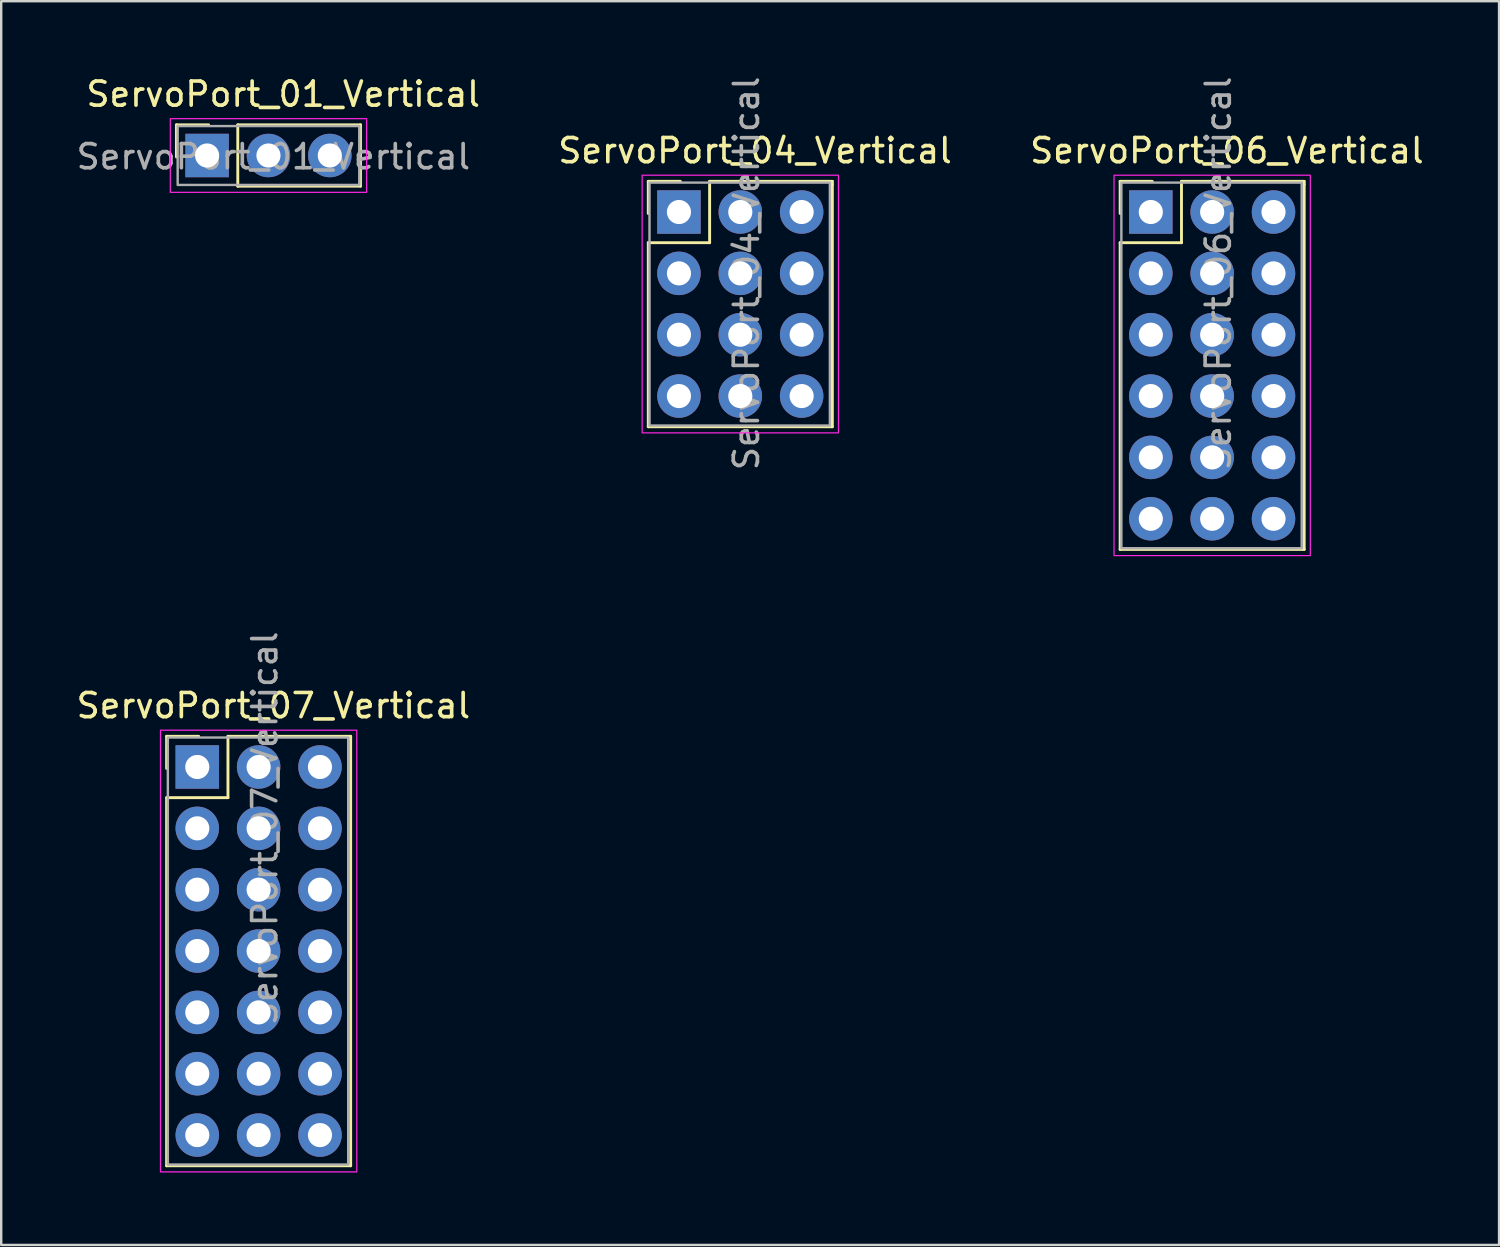
<source format=kicad_pcb>
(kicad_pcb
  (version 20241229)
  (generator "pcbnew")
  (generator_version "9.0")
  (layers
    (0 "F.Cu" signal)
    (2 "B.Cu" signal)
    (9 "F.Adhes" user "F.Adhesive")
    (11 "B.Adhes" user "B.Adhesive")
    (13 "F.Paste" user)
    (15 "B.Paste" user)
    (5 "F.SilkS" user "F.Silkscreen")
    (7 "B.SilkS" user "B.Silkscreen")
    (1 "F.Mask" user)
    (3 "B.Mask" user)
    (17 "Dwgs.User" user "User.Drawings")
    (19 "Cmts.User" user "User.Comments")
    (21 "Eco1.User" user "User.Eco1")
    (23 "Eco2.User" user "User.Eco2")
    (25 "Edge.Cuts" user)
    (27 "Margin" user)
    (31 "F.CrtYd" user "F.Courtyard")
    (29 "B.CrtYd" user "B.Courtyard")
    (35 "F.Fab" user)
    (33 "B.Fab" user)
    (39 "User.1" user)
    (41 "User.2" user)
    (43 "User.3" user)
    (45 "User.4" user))
  (footprint "ServoPort_07_Vertical"
    (layer "F.Cu")
    (at 5.118 28.705)
    (property "Reference" "ServoPort_07_Vertical" (at 3.15 -2.54 0) (unlocked yes) (layer "F.SilkS") (effects (font (size 1 1) (thickness 0.15))))
    (attr through_hole)
    (fp_line (start -1.27 -1.27) (end 0.06 -1.27) (stroke (width 0.12) (type solid)) (layer "F.SilkS"))
    (fp_line (start -1.27 0.06) (end -1.27 -1.27) (stroke (width 0.12) (type solid)) (layer "F.SilkS"))
    (fp_line (start -1.27 1.27) (end -1.27 16.51) (stroke (width 0.12) (type solid)) (layer "F.SilkS"))
    (fp_line (start -1.27 16.51) (end 6.35 16.51) (stroke (width 0.12) (type solid)) (layer "F.SilkS"))
    (fp_line (start 1.27 -1.27) (end 1.27 1.27) (stroke (width 0.12) (type solid)) (layer "F.SilkS"))
    (fp_line (start 1.27 1.27) (end -1.27 1.27) (stroke (width 0.12) (type solid)) (layer "F.SilkS"))
    (fp_line (start 6.35 -1.27) (end 1.27 -1.27) (stroke (width 0.12) (type solid)) (layer "F.SilkS"))
    (fp_line (start 6.35 -1.143) (end 6.35 -1.27) (stroke (width 0.12) (type solid)) (layer "F.SilkS"))
    (fp_line (start 6.35 16.51) (end 6.35 -1.143) (stroke (width 0.12) (type solid)) (layer "F.SilkS"))
    (fp_rect (start -1.524 -1.524) (end 6.604 16.764) (stroke (width 0.05) (type solid)) (fill no) (layer "F.CrtYd"))
    (fp_rect (start -1.219 -1.219) (end 6.248 16.459) (stroke (width 0.1) (type solid)) (fill no) (layer "F.Fab"))
    (fp_text user "${REFERENCE}" (at 2.794 2.54 90) (unlocked yes) (layer "F.Fab") (effects (font (size 1 1) (thickness 0.15))))
    (pad "1" thru_hole rect (at 0 0) (size 1.8 1.8) (drill 1) (layers "*.Cu" "*.Mask"))
    (pad "2" thru_hole circle (at 0 2.54) (size 1.8 1.8) (drill 1) (layers "*.Cu" "*.Mask"))
    (pad "3" thru_hole circle (at 0 5.08) (size 1.8 1.8) (drill 1) (layers "*.Cu" "*.Mask"))
    (pad "4" thru_hole circle (at 0 7.62) (size 1.8 1.8) (drill 1) (layers "*.Cu" "*.Mask"))
    (pad "5" thru_hole circle (at 0 10.16) (size 1.8 1.8) (drill 1) (layers "*.Cu" "*.Mask"))
    (pad "6" thru_hole circle (at 0 12.7) (size 1.8 1.8) (drill 1) (layers "*.Cu" "*.Mask"))
    (pad "7" thru_hole circle (at 0 15.24) (size 1.8 1.8) (drill 1) (layers "*.Cu" "*.Mask"))
    (pad "GND" thru_hole circle (at 5.08 0) (size 1.8 1.8) (drill 1) (layers "*.Cu" "*.Mask"))
    (pad "GND" thru_hole circle (at 5.08 2.54) (size 1.8 1.8) (drill 1) (layers "*.Cu" "*.Mask"))
    (pad "GND" thru_hole circle (at 5.08 5.08) (size 1.8 1.8) (drill 1) (layers "*.Cu" "*.Mask"))
    (pad "GND" thru_hole circle (at 5.08 7.62) (size 1.8 1.8) (drill 1) (layers "*.Cu" "*.Mask"))
    (pad "GND" thru_hole circle (at 5.08 10.16) (size 1.8 1.8) (drill 1) (layers "*.Cu" "*.Mask"))
    (pad "GND" thru_hole circle (at 5.08 12.7) (size 1.8 1.8) (drill 1) (layers "*.Cu" "*.Mask"))
    (pad "GND" thru_hole circle (at 5.08 15.24) (size 1.8 1.8) (drill 1) (layers "*.Cu" "*.Mask"))
    (pad "VCC" thru_hole circle (at 2.54 0) (size 1.8 1.8) (drill 1) (layers "*.Cu" "*.Mask"))
    (pad "VCC" thru_hole circle (at 2.54 2.54) (size 1.8 1.8) (drill 1) (layers "*.Cu" "*.Mask"))
    (pad "VCC" thru_hole circle (at 2.54 5.08) (size 1.8 1.8) (drill 1) (layers "*.Cu" "*.Mask"))
    (pad "VCC" thru_hole circle (at 2.54 7.62) (size 1.8 1.8) (drill 1) (layers "*.Cu" "*.Mask"))
    (pad "VCC" thru_hole circle (at 2.54 10.16) (size 1.8 1.8) (drill 1) (layers "*.Cu" "*.Mask"))
    (pad "VCC" thru_hole circle (at 2.54 12.7) (size 1.8 1.8) (drill 1) (layers "*.Cu" "*.Mask"))
    (pad "VCC" thru_hole circle (at 2.54 15.24) (size 1.8 1.8) (drill 1) (layers "*.Cu" "*.Mask")))
  (footprint "ServoPort_04_Vertical"
    (layer "F.Cu")
    (at 25.06 5.728)
    (property "Reference" "ServoPort_04_Vertical" (at 3.15 -2.54 0) (unlocked yes) (layer "F.SilkS") (effects (font (size 1 1) (thickness 0.15))))
    (attr through_hole)
    (fp_line (start -1.27 -1.27) (end 0.06 -1.27) (stroke (width 0.12) (type solid)) (layer "F.SilkS"))
    (fp_line (start -1.27 0.06) (end -1.27 -1.27) (stroke (width 0.12) (type solid)) (layer "F.SilkS"))
    (fp_line (start -1.27 1.27) (end -1.27 8.89) (stroke (width 0.12) (type solid)) (layer "F.SilkS"))
    (fp_line (start -1.27 8.89) (end 6.35 8.89) (stroke (width 0.12) (type solid)) (layer "F.SilkS"))
    (fp_line (start 1.27 -1.27) (end 1.27 1.27) (stroke (width 0.12) (type solid)) (layer "F.SilkS"))
    (fp_line (start 1.27 1.27) (end -1.27 1.27) (stroke (width 0.12) (type solid)) (layer "F.SilkS"))
    (fp_line (start 6.35 -1.27) (end 1.27 -1.27) (stroke (width 0.12) (type solid)) (layer "F.SilkS"))
    (fp_line (start 6.35 -1.143) (end 6.35 -1.27) (stroke (width 0.12) (type solid)) (layer "F.SilkS"))
    (fp_line (start 6.35 8.89) (end 6.35 -1.143) (stroke (width 0.12) (type solid)) (layer "F.SilkS"))
    (fp_rect (start -1.524 -1.524) (end 6.604 9.144) (stroke (width 0.05) (type solid)) (fill no) (layer "F.CrtYd"))
    (fp_rect (start -1.219 -1.219) (end 6.248 8.839) (stroke (width 0.1) (type solid)) (fill no) (layer "F.Fab"))
    (fp_text user "${REFERENCE}" (at 2.794 2.54 90) (unlocked yes) (layer "F.Fab") (effects (font (size 1 1) (thickness 0.15))))
    (pad "1" thru_hole rect (at 0 0) (size 1.8 1.8) (drill 1) (layers "*.Cu" "*.Mask"))
    (pad "2" thru_hole circle (at 0 2.54) (size 1.8 1.8) (drill 1) (layers "*.Cu" "*.Mask"))
    (pad "3" thru_hole circle (at 0 5.08) (size 1.8 1.8) (drill 1) (layers "*.Cu" "*.Mask"))
    (pad "4" thru_hole circle (at 0 7.62) (size 1.8 1.8) (drill 1) (layers "*.Cu" "*.Mask"))
    (pad "GND" thru_hole circle (at 5.08 0) (size 1.8 1.8) (drill 1) (layers "*.Cu" "*.Mask"))
    (pad "GND" thru_hole circle (at 5.08 2.54) (size 1.8 1.8) (drill 1) (layers "*.Cu" "*.Mask"))
    (pad "GND" thru_hole circle (at 5.08 5.08) (size 1.8 1.8) (drill 1) (layers "*.Cu" "*.Mask"))
    (pad "GND" thru_hole circle (at 5.08 7.62) (size 1.8 1.8) (drill 1) (layers "*.Cu" "*.Mask"))
    (pad "VCC" thru_hole circle (at 2.54 0) (size 1.8 1.8) (drill 1) (layers "*.Cu" "*.Mask"))
    (pad "VCC" thru_hole circle (at 2.54 2.54) (size 1.8 1.8) (drill 1) (layers "*.Cu" "*.Mask"))
    (pad "VCC" thru_hole circle (at 2.54 5.08) (size 1.8 1.8) (drill 1) (layers "*.Cu" "*.Mask"))
    (pad "VCC" thru_hole circle (at 2.54 7.62) (size 1.8 1.8) (drill 1) (layers "*.Cu" "*.Mask")))
  (footprint "ServoPort_01_Vertical"
    (layer "F.Cu")
    (at 5.525 3.388)
    (property "Reference" "ServoPort_01_Vertical" (at 3.15 -2.54 0) (unlocked yes) (layer "F.SilkS") (effects (font (size 1 1) (thickness 0.15))))
    (attr through_hole)
    (fp_line (start -1.27 -1.27) (end 0.06 -1.27) (stroke (width 0.12) (type solid)) (layer "F.SilkS"))
    (fp_line (start -1.27 0.06) (end -1.27 -1.27) (stroke (width 0.12) (type solid)) (layer "F.SilkS"))
    (fp_line (start 1.27 -1.27) (end 1.27 1.27) (stroke (width 0.12) (type solid)) (layer "F.SilkS"))
    (fp_line (start 1.27 1.27) (end 6.35 1.27) (stroke (width 0.12) (type solid)) (layer "F.SilkS"))
    (fp_line (start 6.35 -1.27) (end 1.27 -1.27) (stroke (width 0.12) (type solid)) (layer "F.SilkS"))
    (fp_line (start 6.35 -1.143) (end 6.35 -1.27) (stroke (width 0.12) (type solid)) (layer "F.SilkS"))
    (fp_line (start 6.35 -1.143) (end 6.35 1.27) (stroke (width 0.12) (type solid)) (layer "F.SilkS"))
    (fp_rect (start -1.524 -1.524) (end 6.604 1.524) (stroke (width 0.05) (type solid)) (fill no) (layer "F.CrtYd"))
    (fp_rect (start -1.219 -1.219) (end 6.299 1.219) (stroke (width 0.1) (type solid)) (fill no) (layer "F.Fab"))
    (fp_text user "${REFERENCE}" (at 2.743 0.051 0) (unlocked yes) (layer "F.Fab") (effects (font (size 1 1) (thickness 0.15))))
    (pad "1" thru_hole rect (at 0 0) (size 1.8 1.8) (drill 1) (layers "*.Cu" "*.Mask"))
    (pad "GND" thru_hole circle (at 5.08 0) (size 1.8 1.8) (drill 1) (layers "*.Cu" "*.Mask"))
    (pad "VCC" thru_hole circle (at 2.54 0) (size 1.8 1.8) (drill 1) (layers "*.Cu" "*.Mask")))
  (footprint "ServoPort_06_Vertical"
    (layer "F.Cu")
    (at 44.596 5.728)
    (property "Reference" "ServoPort_06_Vertical" (at 3.15 -2.54 0) (unlocked yes) (layer "F.SilkS") (effects (font (size 1 1) (thickness 0.15))))
    (attr through_hole)
    (fp_line (start -1.27 -1.27) (end 0.06 -1.27) (stroke (width 0.12) (type solid)) (layer "F.SilkS"))
    (fp_line (start -1.27 0.06) (end -1.27 -1.27) (stroke (width 0.12) (type solid)) (layer "F.SilkS"))
    (fp_line (start -1.27 1.27) (end -1.27 13.97) (stroke (width 0.12) (type solid)) (layer "F.SilkS"))
    (fp_line (start -1.27 13.97) (end 6.35 13.97) (stroke (width 0.12) (type solid)) (layer "F.SilkS"))
    (fp_line (start 1.27 -1.27) (end 1.27 1.27) (stroke (width 0.12) (type solid)) (layer "F.SilkS"))
    (fp_line (start 1.27 1.27) (end -1.27 1.27) (stroke (width 0.12) (type solid)) (layer "F.SilkS"))
    (fp_line (start 6.35 -1.27) (end 1.27 -1.27) (stroke (width 0.12) (type solid)) (layer "F.SilkS"))
    (fp_line (start 6.35 -1.143) (end 6.35 -1.27) (stroke (width 0.12) (type solid)) (layer "F.SilkS"))
    (fp_line (start 6.35 13.97) (end 6.35 -1.143) (stroke (width 0.12) (type solid)) (layer "F.SilkS"))
    (fp_rect (start -1.524 -1.524) (end 6.604 14.224) (stroke (width 0.05) (type solid)) (fill no) (layer "F.CrtYd"))
    (fp_rect (start -1.219 -1.219) (end 6.248 13.919) (stroke (width 0.1) (type solid)) (fill no) (layer "F.Fab"))
    (fp_text user "${REFERENCE}" (at 2.794 2.54 90) (unlocked yes) (layer "F.Fab") (effects (font (size 1 1) (thickness 0.15))))
    (pad "1" thru_hole rect (at 0 0) (size 1.8 1.8) (drill 1) (layers "*.Cu" "*.Mask"))
    (pad "2" thru_hole circle (at 0 2.54) (size 1.8 1.8) (drill 1) (layers "*.Cu" "*.Mask"))
    (pad "3" thru_hole circle (at 0 5.08) (size 1.8 1.8) (drill 1) (layers "*.Cu" "*.Mask"))
    (pad "4" thru_hole circle (at 0 7.62) (size 1.8 1.8) (drill 1) (layers "*.Cu" "*.Mask"))
    (pad "5" thru_hole circle (at 0 10.16) (size 1.8 1.8) (drill 1) (layers "*.Cu" "*.Mask"))
    (pad "6" thru_hole circle (at 0 12.7) (size 1.8 1.8) (drill 1) (layers "*.Cu" "*.Mask"))
    (pad "GND" thru_hole circle (at 5.08 0) (size 1.8 1.8) (drill 1) (layers "*.Cu" "*.Mask"))
    (pad "GND" thru_hole circle (at 5.08 2.54) (size 1.8 1.8) (drill 1) (layers "*.Cu" "*.Mask"))
    (pad "GND" thru_hole circle (at 5.08 5.08) (size 1.8 1.8) (drill 1) (layers "*.Cu" "*.Mask"))
    (pad "GND" thru_hole circle (at 5.08 7.62) (size 1.8 1.8) (drill 1) (layers "*.Cu" "*.Mask"))
    (pad "GND" thru_hole circle (at 5.08 10.16) (size 1.8 1.8) (drill 1) (layers "*.Cu" "*.Mask"))
    (pad "GND" thru_hole circle (at 5.08 12.7) (size 1.8 1.8) (drill 1) (layers "*.Cu" "*.Mask"))
    (pad "VCC" thru_hole circle (at 2.54 0) (size 1.8 1.8) (drill 1) (layers "*.Cu" "*.Mask"))
    (pad "VCC" thru_hole circle (at 2.54 2.54) (size 1.8 1.8) (drill 1) (layers "*.Cu" "*.Mask"))
    (pad "VCC" thru_hole circle (at 2.54 5.08) (size 1.8 1.8) (drill 1) (layers "*.Cu" "*.Mask"))
    (pad "VCC" thru_hole circle (at 2.54 7.62) (size 1.8 1.8) (drill 1) (layers "*.Cu" "*.Mask"))
    (pad "VCC" thru_hole circle (at 2.54 10.16) (size 1.8 1.8) (drill 1) (layers "*.Cu" "*.Mask"))
    (pad "VCC" thru_hole circle (at 2.54 12.7) (size 1.8 1.8) (drill 1) (layers "*.Cu" "*.Mask")))
  (gr_rect
    (start -3 -3)
    (end 59.014 48.494)
    (stroke (width 0.1) (type default))
    (fill no)
    (layer "Edge.Cuts")))
</source>
